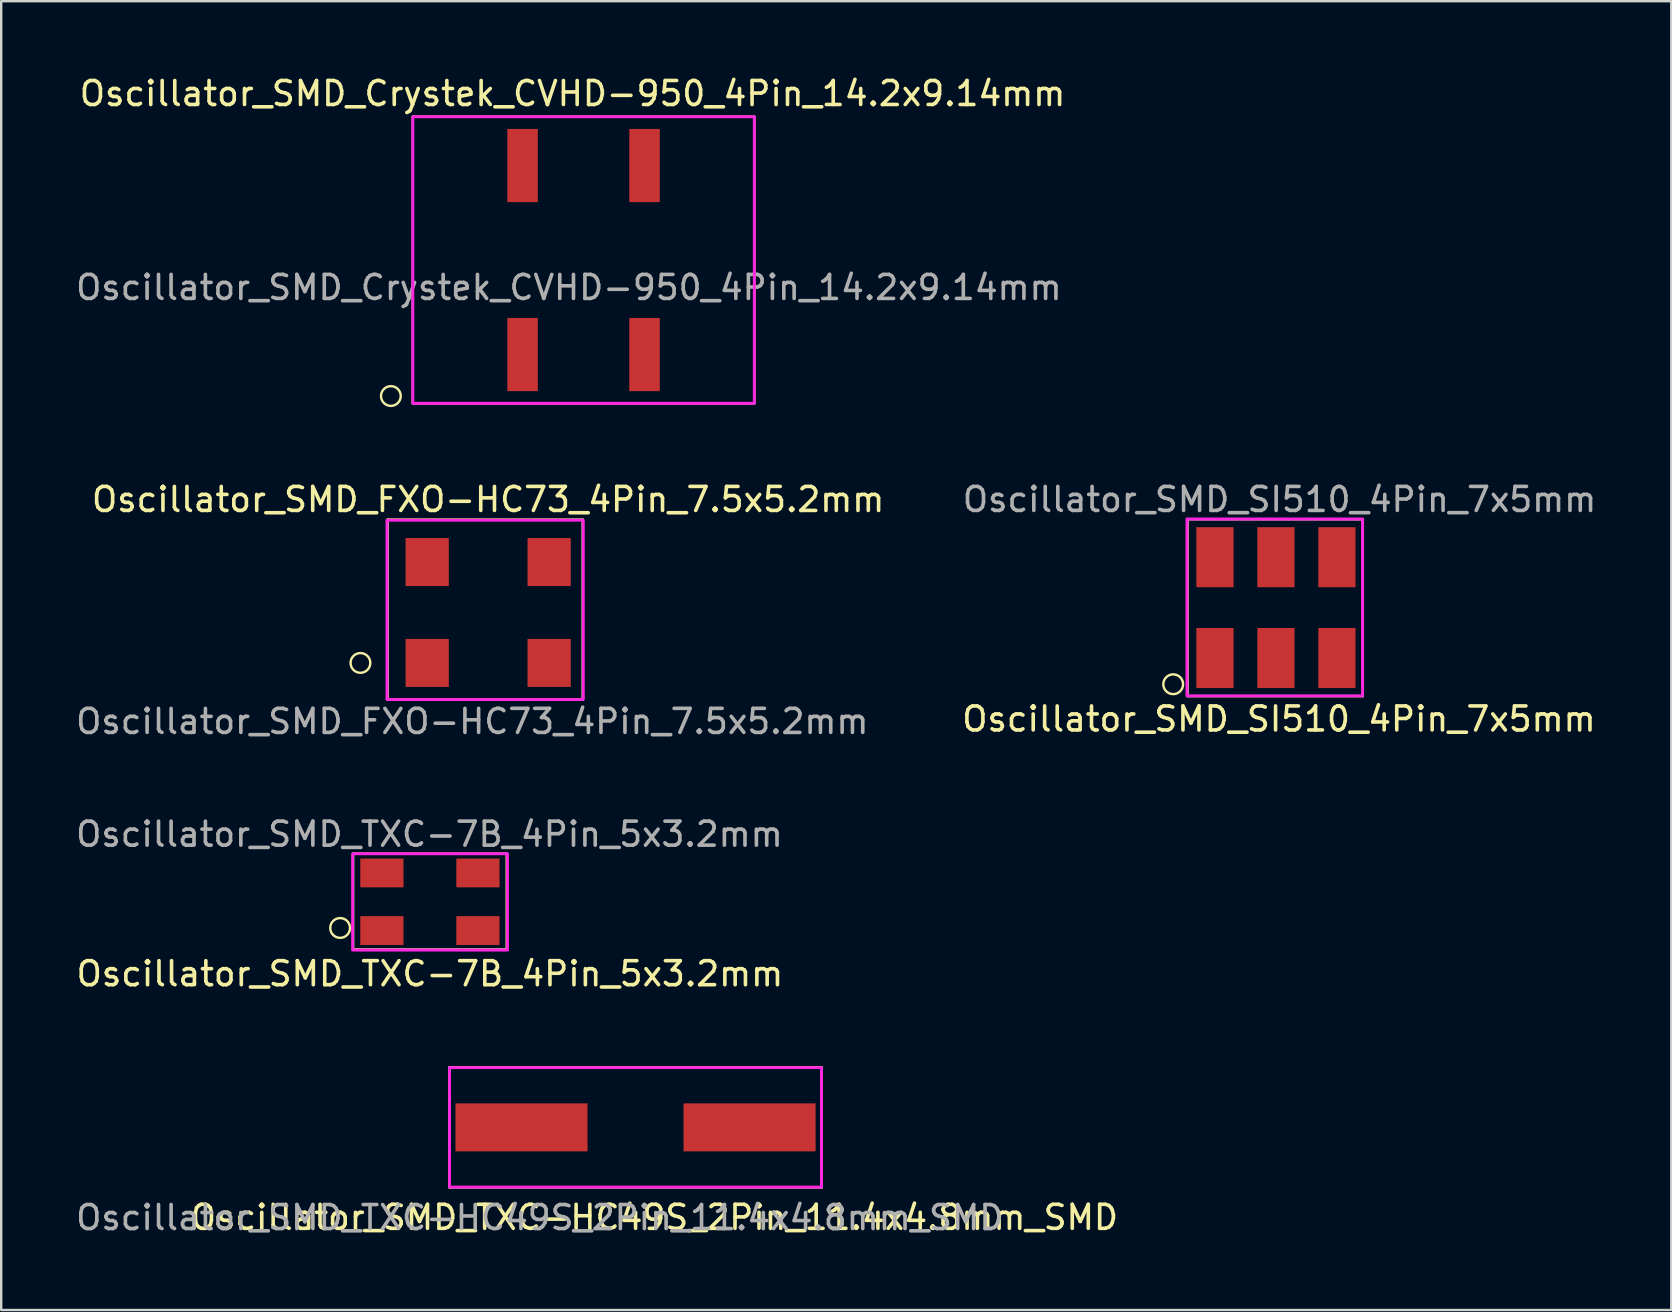
<source format=kicad_pcb>
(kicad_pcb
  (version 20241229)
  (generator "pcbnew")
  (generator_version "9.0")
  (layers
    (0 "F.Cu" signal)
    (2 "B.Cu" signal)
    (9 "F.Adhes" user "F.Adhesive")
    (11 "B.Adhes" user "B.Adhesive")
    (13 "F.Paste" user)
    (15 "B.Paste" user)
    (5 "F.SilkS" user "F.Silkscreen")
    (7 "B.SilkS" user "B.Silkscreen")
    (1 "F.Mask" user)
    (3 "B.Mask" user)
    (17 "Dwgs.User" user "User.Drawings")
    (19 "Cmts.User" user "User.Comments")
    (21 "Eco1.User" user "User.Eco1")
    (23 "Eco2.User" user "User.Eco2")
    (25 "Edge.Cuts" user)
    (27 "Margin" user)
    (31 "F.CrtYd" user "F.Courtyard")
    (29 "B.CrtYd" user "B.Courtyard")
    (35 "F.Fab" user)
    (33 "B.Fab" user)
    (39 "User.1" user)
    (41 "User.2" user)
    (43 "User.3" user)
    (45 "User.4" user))
  (footprint "Oscillator_SMD_FXO-HC73_4Pin_7.5x5.2mm"
    (layer "F.Cu")
    (at 14.745 24.564)
    (property "Reference" "Oscillator_SMD_FXO-HC73_4Pin_7.5x5.2mm" (at 2.54 -6.807 0) (layer "F.SilkS") (effects (font (size 1 1) (thickness 0.15))))
    (attr through_hole)
    (fp_line (start -1.651 -5.969) (end 6.477 -5.969) (stroke (width 0.1) (type solid)) (layer "F.SilkS"))
    (fp_line (start -1.651 1.524) (end -1.651 -5.969) (stroke (width 0.1) (type solid)) (layer "F.SilkS"))
    (fp_line (start 6.477 -5.969) (end 6.477 1.524) (stroke (width 0.1) (type solid)) (layer "F.SilkS"))
    (fp_line (start 6.477 1.524) (end -1.651 1.524) (stroke (width 0.1) (type solid)) (layer "F.SilkS"))
    (fp_circle (center -2.781 0) (end -2.383 0.102) (stroke (width 0.1) (type solid)) (fill no) (layer "F.SilkS"))
    (fp_rect (start -1.676 -5.944) (end 6.502 1.524) (stroke (width 0.12) (type solid)) (fill no) (layer "F.CrtYd"))
    (fp_text user "${REFERENCE}" (at 1.88 2.438 0) (layer "F.Fab") (effects (font (size 1 1) (thickness 0.15))))
    (pad "1" smd rect (at 0 0) (size 1.801 1.999) (layers "F.Cu" "F.Mask" "F.Paste"))
    (pad "2" smd rect (at 5.08 0) (size 1.801 1.999) (layers "F.Cu" "F.Mask" "F.Paste"))
    (pad "3" smd rect (at 5.08 -4.201) (size 1.801 1.999) (layers "F.Cu" "F.Mask" "F.Paste"))
    (pad "4" smd rect (at 0 -4.201) (size 1.801 1.999) (layers "F.Cu" "F.Mask" "F.Paste")))
  (footprint "Oscillator_SMD_Crystek_CVHD-950_4Pin_14.2x9.14mm"
    (layer "F.Cu")
    (at 18.718 11.719)
    (property "Reference" "Oscillator_SMD_Crystek_CVHD-950_4Pin_14.2x9.14mm" (at 2.083 -10.871 0) (layer "F.SilkS") (effects (font (size 1 1) (thickness 0.15))))
    (attr through_hole)
    (fp_line (start -4.572 -9.906) (end 9.652 -9.906) (stroke (width 0.1) (type solid)) (layer "F.SilkS"))
    (fp_line (start -4.572 2.032) (end -4.572 -9.906) (stroke (width 0.1) (type solid)) (layer "F.SilkS"))
    (fp_line (start -4.572 2.032) (end 9.652 2.032) (stroke (width 0.1) (type solid)) (layer "F.SilkS"))
    (fp_line (start 9.652 -9.906) (end 9.652 2.032) (stroke (width 0.1) (type solid)) (layer "F.SilkS"))
    (fp_circle (center -5.486 1.727) (end -5.088 1.829) (stroke (width 0.1) (type solid)) (fill no) (layer "F.SilkS"))
    (fp_rect (start -4.572 -9.906) (end 9.652 2.032) (stroke (width 0.12) (type solid)) (fill no) (layer "F.CrtYd"))
    (fp_text user "${REFERENCE}" (at 1.93 -2.794 0) (layer "F.Fab") (effects (font (size 1 1) (thickness 0.15))))
    (pad "1" smd rect (at 0 0) (size 1.27 3.048) (layers "F.Cu" "F.Mask" "F.Paste"))
    (pad "2" smd rect (at 5.08 0) (size 1.27 3.048) (layers "F.Cu" "F.Mask" "F.Paste"))
    (pad "3" smd rect (at 5.08 -7.874) (size 1.27 3.048) (layers "F.Cu" "F.Mask" "F.Paste"))
    (pad "4" smd rect (at 0 -7.874) (size 1.27 3.048) (layers "F.Cu" "F.Mask" "F.Paste")))
  (footprint "Oscillator_SMD_TXC-7B_4Pin_5x3.2mm"
    (layer "F.Cu")
    (at 12.858 35.712)
    (property "Reference" "Oscillator_SMD_TXC-7B_4Pin_5x3.2mm" (at 2 1.8 0) (layer "F.SilkS") (effects (font (size 1 1) (thickness 0.15))))
    (attr through_hole)
    (fp_line (start -1.2 -3.2) (end 5.2 -3.2) (stroke (width 0.1) (type solid)) (layer "F.SilkS"))
    (fp_line (start -1.2 0.787) (end -1.2 -3.2) (stroke (width 0.1) (type solid)) (layer "F.SilkS"))
    (fp_line (start -1.2 0.787) (end 5.2 0.787) (stroke (width 0.1) (type solid)) (layer "F.SilkS"))
    (fp_line (start 5.2 0.787) (end 5.2 -3.2) (stroke (width 0.1) (type solid)) (layer "F.SilkS"))
    (fp_circle (center -1.74 -0.108) (end -1.341 -0.006) (stroke (width 0.1) (type solid)) (fill no) (layer "F.SilkS"))
    (fp_rect (start -1.219 -3.2) (end 5.232 0.813) (stroke (width 0.12) (type solid)) (fill no) (layer "F.CrtYd"))
    (fp_text user "${REFERENCE}" (at 1.981 -4.013 0) (layer "F.Fab") (effects (font (size 1 1) (thickness 0.15))))
    (pad "1" smd rect (at 0 0) (size 1.8 1.2) (layers "F.Cu" "F.Mask" "F.Paste"))
    (pad "2" smd rect (at 4 0) (size 1.8 1.2) (layers "F.Cu" "F.Mask" "F.Paste"))
    (pad "3" smd rect (at 4 -2.4) (size 1.8 1.2) (layers "F.Cu" "F.Mask" "F.Paste"))
    (pad "4" smd rect (at 0 -2.4) (size 1.8 1.2) (layers "F.Cu" "F.Mask" "F.Paste")))
  (footprint "Oscillator_SMD_TXC-HC49S_2Pin_11.4x4.8mm_SMD"
    (layer "F.Cu")
    (at 18.673 43.91)
    (property "Reference" "Oscillator_SMD_TXC-HC49S_2Pin_11.4x4.8mm_SMD" (at 5.537 3.75 0) (layer "F.SilkS") (effects (font (size 1 1) (thickness 0.15))))
    (attr through_hole)
    (fp_line (start -3 -2.5) (end 12.5 -2.5) (stroke (width 0.1) (type solid)) (layer "F.SilkS"))
    (fp_line (start -3 2.5) (end -3 -2.5) (stroke (width 0.1) (type solid)) (layer "F.SilkS"))
    (fp_line (start -3 2.5) (end 12.5 2.5) (stroke (width 0.1) (type solid)) (layer "F.SilkS"))
    (fp_line (start 12.5 2.5) (end 12.5 -2.5) (stroke (width 0.1) (type solid)) (layer "F.SilkS"))
    (fp_rect (start -2.997 -2.489) (end 12.497 2.489) (stroke (width 0.12) (type solid)) (fill no) (layer "F.CrtYd"))
    (fp_text user "${REFERENCE}" (at 0.762 3.759 0) (layer "F.Fab") (effects (font (size 1 1) (thickness 0.15))))
    (pad "1" smd rect (at 0 0) (size 5.5 2) (layers "F.Cu" "F.Mask" "F.Paste"))
    (pad "2" smd rect (at 9.5 0) (size 5.5 2) (layers "F.Cu" "F.Mask" "F.Paste")))
  (footprint "Oscillator_SMD_SI510_4Pin_7x5mm"
    (layer "F.Cu")
    (at 47.559 24.36)
    (property "Reference" "Oscillator_SMD_SI510_4Pin_7x5mm" (at 2.667 2.54 0) (layer "F.SilkS") (effects (font (size 1 1) (thickness 0.15))))
    (attr through_hole)
    (fp_line (start -1.143 -5.779) (end 6.16 -5.779) (stroke (width 0.1) (type solid)) (layer "F.SilkS"))
    (fp_line (start -1.143 1.587) (end -1.143 -5.779) (stroke (width 0.1) (type solid)) (layer "F.SilkS"))
    (fp_line (start -1.143 1.587) (end 6.16 1.587) (stroke (width 0.1) (type solid)) (layer "F.SilkS"))
    (fp_line (start 6.16 1.587) (end 6.16 -5.779) (stroke (width 0.1) (type solid)) (layer "F.SilkS"))
    (fp_circle (center -1.74 1.092) (end -1.341 1.194) (stroke (width 0.1) (type solid)) (fill no) (layer "F.SilkS"))
    (fp_rect (start -1.168 -5.791) (end 6.147 1.575) (stroke (width 0.12) (type solid)) (fill no) (layer "F.CrtYd"))
    (fp_text user "${REFERENCE}" (at 2.692 -6.604 0) (layer "F.Fab") (effects (font (size 1 1) (thickness 0.15))))
    (pad "1" smd rect (at 0 0) (size 1.55 2.5) (layers "F.Cu" "F.Mask" "F.Paste"))
    (pad "2" smd rect (at 2.54 0) (size 1.55 2.5) (layers "F.Cu" "F.Mask" "F.Paste"))
    (pad "3" smd rect (at 5.08 0) (size 1.55 2.5) (layers "F.Cu" "F.Mask" "F.Paste"))
    (pad "4" smd rect (at 5.08 -4.2) (size 1.55 2.5) (layers "F.Cu" "F.Mask" "F.Paste"))
    (pad "5" smd rect (at 2.54 -4.2) (size 1.55 2.5) (layers "F.Cu" "F.Mask" "F.Paste"))
    (pad "6" smd rect (at 0 -4.2) (size 1.55 2.5) (layers "F.Cu" "F.Mask" "F.Paste")))
  (gr_rect
    (start -3 -3)
    (end 66.567 51.517)
    (stroke (width 0.1) (type default))
    (fill no)
    (layer "Edge.Cuts")))
</source>
